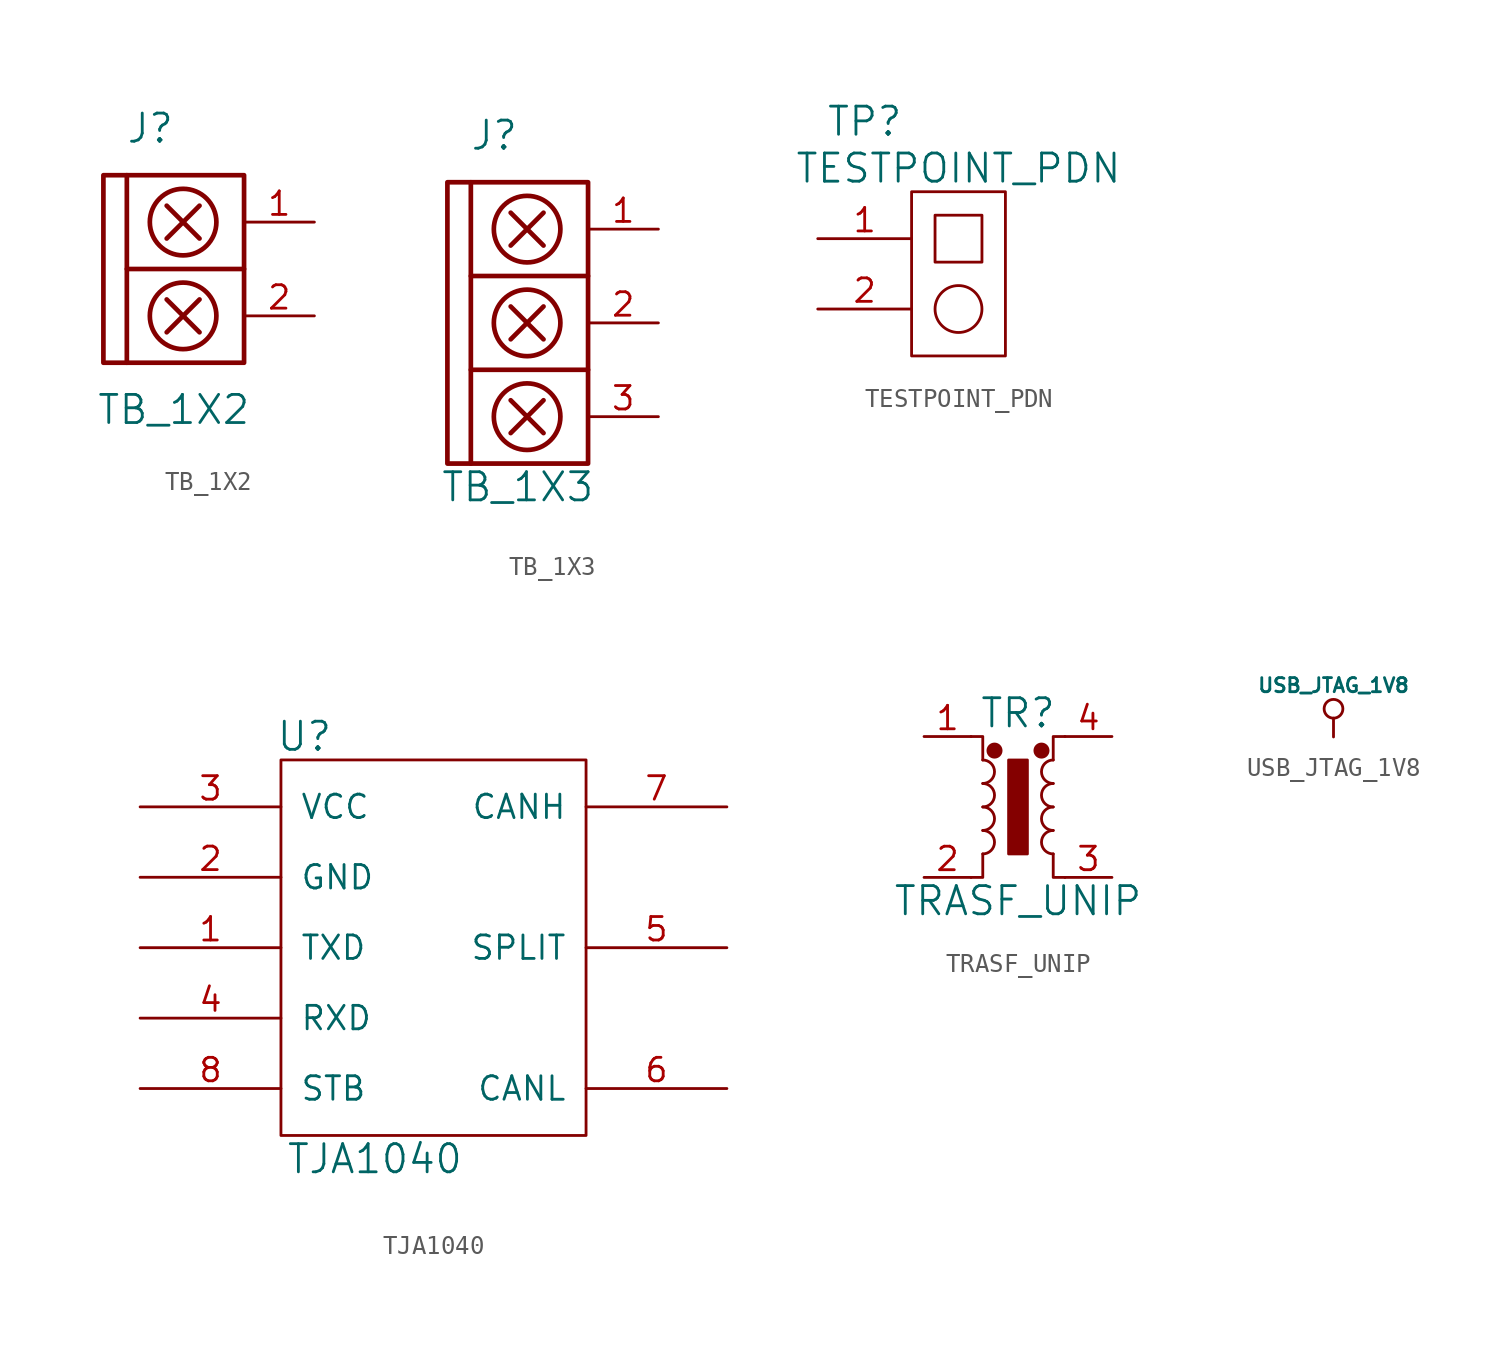
<source format=kicad_sym>
(kicad_symbol_lib
  (version 20231120)
  (generator "kicad_symbol_editor")
  (generator_version "8.0")
  (symbol "TB_1X2"
    (pin_names
      (offset 1.016))
    (property "Reference" "J"
      (at 0 7.62 0)
      (effects (font (size 1.524 1.524))))
    (property "Value" "TB_1X2"
      (at 1.27 -7.62 0)
      (effects (font (size 1.524 1.524))))
    (property "Footprint" ""
      (at -1.27 1.27 0)
      (effects (font (size 1.524 1.524))))
    (property "Datasheet" ""
      (at -1.27 1.27 0)
      (effects (font (size 1.524 1.524))))
    (symbol "TB_1X2_0_1"
      (rectangle (start -2.54 5.08) (end 5.08 -5.08) (stroke (width 0.254) (type solid)) (fill (type none)))
      (polyline (pts (xy -1.27 0) (xy 5.08 0)) (stroke (width 0.254) (type solid)) (fill (type none)))
      (polyline (pts (xy -1.27 5.08) (xy -1.27 -5.08)) (stroke (width 0.254) (type solid)) (fill (type none)))
      (polyline (pts (xy 0.889 -3.429) (xy 2.667 -1.651)) (stroke (width 0.254) (type solid)) (fill (type none)))
      (polyline (pts (xy 0.889 -1.651) (xy 2.667 -3.429)) (stroke (width 0.254) (type solid)) (fill (type none)))
      (polyline (pts (xy 0.889 1.651) (xy 2.667 3.429)) (stroke (width 0.254) (type solid)) (fill (type none)))
      (polyline (pts (xy 0.889 3.429) (xy 2.667 1.651)) (stroke (width 0.254) (type solid)) (fill (type none)))
      (circle (center 1.778 -2.54) (radius 1.803) (stroke (width 0.254) (type solid)) (fill (type none)))
      (circle (center 1.778 2.54) (radius 1.803) (stroke (width 0.254) (type solid)) (fill (type none))))
    (symbol "TB_1X2_1_1"
      (pin input line (at 8.89 2.54 180) (length 3.81) (name "~" (effects (font (size 1.27 1.27)))) (number "1" (effects (font (size 1.27 1.27)))))
      (pin input line (at 8.89 -2.54 180) (length 3.81) (name "~" (effects (font (size 1.27 1.27)))) (number "2" (effects (font (size 1.27 1.27)))))))
  (symbol "TB_1X3"
    (pin_names
      (offset 1.016))
    (property "Reference" "J"
      (at 0 7.62 0)
      (effects (font (size 1.524 1.524))))
    (property "Value" "TB_1X3"
      (at 1.27 -11.43 0)
      (effects (font (size 1.524 1.524))))
    (property "Footprint" ""
      (at -1.27 1.27 0)
      (effects (font (size 1.524 1.524))))
    (property "Datasheet" ""
      (at -1.27 1.27 0)
      (effects (font (size 1.524 1.524))))
    (symbol "TB_1X3_0_1"
      (rectangle (start -2.54 5.08) (end 5.08 -10.16) (stroke (width 0.254) (type solid)) (fill (type none)))
      (polyline (pts (xy -1.27 -5.08) (xy 5.08 -5.08)) (stroke (width 0.254) (type solid)) (fill (type none)))
      (polyline (pts (xy -1.27 0) (xy 5.08 0)) (stroke (width 0.254) (type solid)) (fill (type none)))
      (polyline (pts (xy -1.27 5.08) (xy -1.27 -10.16)) (stroke (width 0.254) (type solid)) (fill (type none)))
      (polyline (pts (xy 0.889 -8.509) (xy 2.667 -6.731)) (stroke (width 0.254) (type solid)) (fill (type none)))
      (polyline (pts (xy 0.889 -6.731) (xy 2.667 -8.509)) (stroke (width 0.254) (type solid)) (fill (type none)))
      (polyline (pts (xy 0.889 -3.429) (xy 2.667 -1.651)) (stroke (width 0.254) (type solid)) (fill (type none)))
      (polyline (pts (xy 0.889 -1.651) (xy 2.667 -3.429)) (stroke (width 0.254) (type solid)) (fill (type none)))
      (polyline (pts (xy 0.889 1.651) (xy 2.667 3.429)) (stroke (width 0.254) (type solid)) (fill (type none)))
      (polyline (pts (xy 0.889 3.429) (xy 2.667 1.651)) (stroke (width 0.254) (type solid)) (fill (type none)))
      (circle (center 1.778 -7.62) (radius 1.803) (stroke (width 0.254) (type solid)) (fill (type none)))
      (circle (center 1.778 -2.54) (radius 1.803) (stroke (width 0.254) (type solid)) (fill (type none)))
      (circle (center 1.778 2.54) (radius 1.803) (stroke (width 0.254) (type solid)) (fill (type none))))
    (symbol "TB_1X3_1_1"
      (pin input line (at 8.89 2.54 180) (length 3.81) (name "~" (effects (font (size 1.27 1.27)))) (number "1" (effects (font (size 1.27 1.27)))))
      (pin input line (at 8.89 -2.54 180) (length 3.81) (name "~" (effects (font (size 1.27 1.27)))) (number "2" (effects (font (size 1.27 1.27)))))
      (pin input line (at 8.89 -7.62 180) (length 3.81) (name "~" (effects (font (size 1.27 1.27)))) (number "3" (effects (font (size 1.27 1.27)))))))
  (symbol "TESTPOINT_PDN"
    (pin_names
      (offset 1.016) hide)
    (property "Reference" "TP"
      (at 2.54 1.27 0)
      (effects (font (size 1.524 1.524))))
    (property "Value" "TESTPOINT_PDN"
      (at 7.62 -1.27 0)
      (effects (font (size 1.524 1.524))))
    (property "Footprint" ""
      (at 0 0 0)
      (effects (font (size 1.524 1.524))))
    (property "Datasheet" ""
      (at 0 0 0)
      (effects (font (size 1.524 1.524))))
    (symbol "TESTPOINT_PDN_0_1"
      (rectangle (start 5.08 -2.54) (end 10.16 -11.43) (stroke (width 0) (type solid)) (fill (type none)))
      (rectangle (start 6.35 -3.81) (end 8.89 -6.35) (stroke (width 0) (type solid)) (fill (type none)))
      (circle (center 7.62 -8.89) (radius 1.27) (stroke (width 0) (type solid)) (fill (type none))))
    (symbol "TESTPOINT_PDN_1_1"
      (pin input line (at 0 -5.08 0) (length 5.08) (name "1" (effects (font (size 1.27 1.27)))) (number "1" (effects (font (size 1.27 1.27)))))
      (pin input line (at 0 -8.89 0) (length 5.08) (name "2" (effects (font (size 1.27 1.27)))) (number "2" (effects (font (size 1.27 1.27)))))))
  (symbol "TJA1040"
    (pin_names
      (offset 1.016))
    (property "Reference" "U"
      (at -6.35 12.7 0)
      (effects (font (size 1.524 1.524))))
    (property "Value" "TJA1040"
      (at -2.54 -10.16 0)
      (effects (font (size 1.524 1.524))))
    (property "Footprint" ""
      (at 0 1.27 0)
      (effects (font (size 1.524 1.524))))
    (property "Datasheet" ""
      (at 0 1.27 0)
      (effects (font (size 1.524 1.524))))
    (symbol "TJA1040_0_1"
      (rectangle (start 8.89 -8.89) (end -7.62 11.43) (stroke (width 0) (type solid)) (fill (type none))))
    (symbol "TJA1040_1_1"
      (pin input line (at -15.24 1.27 0) (length 7.62) (name "TXD" (effects (font (size 1.27 1.27)))) (number "1" (effects (font (size 1.27 1.27)))))
      (pin input line (at -15.24 5.08 0) (length 7.62) (name "GND" (effects (font (size 1.27 1.27)))) (number "2" (effects (font (size 1.27 1.27)))))
      (pin input line (at -15.24 8.89 0) (length 7.62) (name "VCC" (effects (font (size 1.27 1.27)))) (number "3" (effects (font (size 1.27 1.27)))))
      (pin input line (at -15.24 -2.54 0) (length 7.62) (name "RXD" (effects (font (size 1.27 1.27)))) (number "4" (effects (font (size 1.27 1.27)))))
      (pin input line (at 16.51 1.27 180) (length 7.62) (name "SPLIT" (effects (font (size 1.27 1.27)))) (number "5" (effects (font (size 1.27 1.27)))))
      (pin input line (at 16.51 -6.35 180) (length 7.62) (name "CANL" (effects (font (size 1.27 1.27)))) (number "6" (effects (font (size 1.27 1.27)))))
      (pin input line (at 16.51 8.89 180) (length 7.62) (name "CANH" (effects (font (size 1.27 1.27)))) (number "7" (effects (font (size 1.27 1.27)))))
      (pin input line (at -15.24 -6.35 0) (length 7.62) (name "STB" (effects (font (size 1.27 1.27)))) (number "8" (effects (font (size 1.27 1.27)))))))
  (symbol "TRASF_UNIP"
    (pin_names
      (offset 1.016))
    (property "Reference" "TR"
      (at 0 5.08 0)
      (effects (font (size 1.524 1.524))))
    (property "Value" "TRASF_UNIP"
      (at 0 -5.08 0)
      (effects (font (size 1.524 1.524))))
    (property "Footprint" ""
      (at 0 0 0)
      (effects (font (size 1.524 1.524))))
    (property "Datasheet" ""
      (at 0 0 0)
      (effects (font (size 1.524 1.524))))
    (symbol "TRASF_UNIP_0_1"
      (arc (start -1.905 -2.54) (mid -1.27 -1.905) (end -1.905 -1.27) (stroke (width 0) (type solid)) (fill (type none)))
      (arc (start -1.905 -1.27) (mid -1.27 -0.635) (end -1.905 0) (stroke (width 0) (type solid)) (fill (type none)))
      (arc (start -1.905 0) (mid -1.27 0.635) (end -1.905 1.27) (stroke (width 0) (type solid)) (fill (type none)))
      (arc (start -1.905 1.27) (mid -1.27 1.905) (end -1.905 2.54) (stroke (width 0) (type solid)) (fill (type none)))
      (circle (center -1.27 3.048) (radius 0.356) (stroke (width 0) (type solid)) (fill (type outline)))
      (rectangle (start -0.508 2.54) (end 0.508 -2.54) (stroke (width 0) (type solid)) (fill (type outline)))
      (polyline (pts (xy -1.905 -2.54) (xy -1.905 -3.81) (xy -2.54 -3.81) (xy -2.54 -3.81)) (stroke (width 0) (type solid)) (fill (type none)))
      (polyline (pts (xy -1.905 2.54) (xy -1.905 3.81) (xy -2.54 3.81) (xy -2.54 3.81)) (stroke (width 0) (type solid)) (fill (type none)))
      (polyline (pts (xy 1.905 -2.54) (xy 1.905 -3.81) (xy 2.54 -3.81) (xy 2.54 -3.81)) (stroke (width 0) (type solid)) (fill (type none)))
      (polyline (pts (xy 1.905 2.54) (xy 1.905 3.81) (xy 2.54 3.81) (xy 2.54 3.81)) (stroke (width 0) (type solid)) (fill (type none)))
      (circle (center 1.27 3.048) (radius 0.356) (stroke (width 0) (type solid)) (fill (type outline)))
      (arc (start 1.905 -1.27) (mid 1.27 -1.905) (end 1.905 -2.54) (stroke (width 0) (type solid)) (fill (type none)))
      (arc (start 1.905 0) (mid 1.27 -0.635) (end 1.905 -1.27) (stroke (width 0) (type solid)) (fill (type none)))
      (arc (start 1.905 1.27) (mid 1.27 0.635) (end 1.905 0) (stroke (width 0) (type solid)) (fill (type none)))
      (arc (start 1.905 2.54) (mid 1.27 1.905) (end 1.905 1.27) (stroke (width 0) (type solid)) (fill (type none))))
    (symbol "TRASF_UNIP_1_1"
      (pin input line (at -5.08 3.81 0) (length 2.54) (name "~" (effects (font (size 1.27 1.27)))) (number "1" (effects (font (size 1.27 1.27)))))
      (pin input line (at -5.08 -3.81 0) (length 2.54) (name "~" (effects (font (size 1.27 1.27)))) (number "2" (effects (font (size 1.27 1.27)))))
      (pin input line (at 5.08 -3.81 180) (length 2.54) (name "~" (effects (font (size 1.27 1.27)))) (number "3" (effects (font (size 1.27 1.27)))))
      (pin input line (at 5.08 3.81 180) (length 2.54) (name "~" (effects (font (size 1.27 1.27)))) (number "4" (effects (font (size 1.27 1.27)))))))
  (symbol "USB_JTAG_1V8"
    (power)
    (pin_names
      (offset 0))
    (property "Reference" "#PWR"
      (at 0 -1.016 0)
      (effects (font (size 0.762 0.762)) (hide yes)))
    (property "Value" "USB_JTAG_1V8"
      (at 0 2.794 0)
      (effects (font (size 0.762 0.762))))
    (property "Footprint" ""
      (at 0 0 0)
      (effects (font (size 1.524 1.524))))
    (property "Datasheet" ""
      (at 0 0 0)
      (effects (font (size 1.524 1.524))))
    (symbol "USB_JTAG_1V8_0_0"
      (pin power_in line (at 0 0 90) (length 0) hide (name "+USB_JTAG_1V8" (effects (font (size 0.762 0.762)))) (number "1" (effects (font (size 0.762 0.762))))))
    (symbol "USB_JTAG_1V8_0_1"
      (polyline (pts (xy 0 0) (xy 0 1.016) (xy 0 1.016)) (stroke (width 0) (type solid)) (fill (type none)))
      (circle (center 0 1.524) (radius 0.508) (stroke (width 0) (type solid)) (fill (type none))))))
</source>
